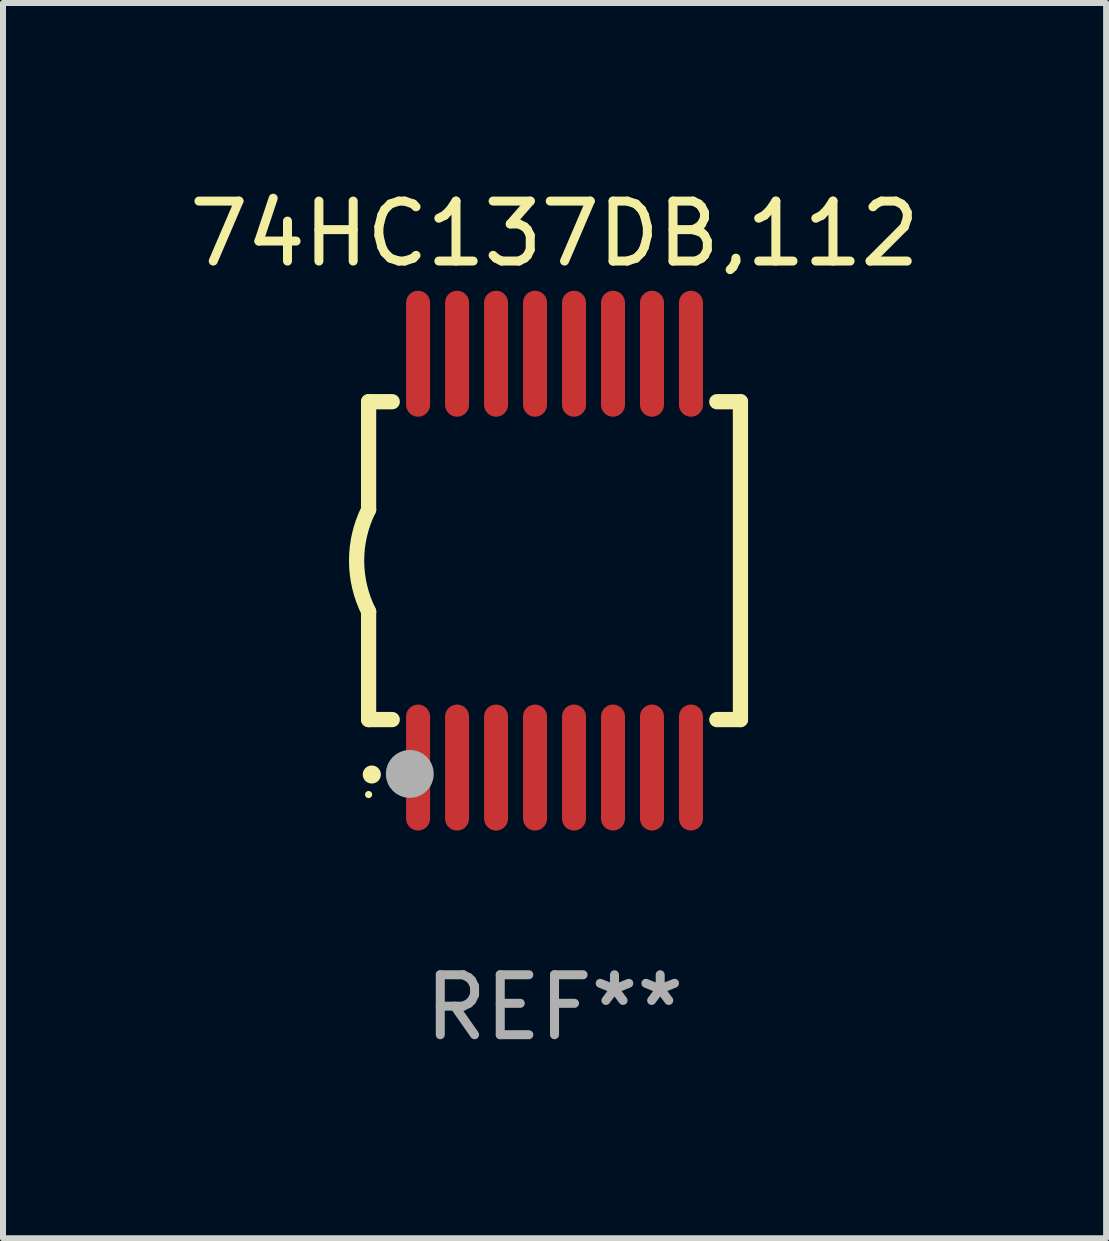
<source format=kicad_pcb>
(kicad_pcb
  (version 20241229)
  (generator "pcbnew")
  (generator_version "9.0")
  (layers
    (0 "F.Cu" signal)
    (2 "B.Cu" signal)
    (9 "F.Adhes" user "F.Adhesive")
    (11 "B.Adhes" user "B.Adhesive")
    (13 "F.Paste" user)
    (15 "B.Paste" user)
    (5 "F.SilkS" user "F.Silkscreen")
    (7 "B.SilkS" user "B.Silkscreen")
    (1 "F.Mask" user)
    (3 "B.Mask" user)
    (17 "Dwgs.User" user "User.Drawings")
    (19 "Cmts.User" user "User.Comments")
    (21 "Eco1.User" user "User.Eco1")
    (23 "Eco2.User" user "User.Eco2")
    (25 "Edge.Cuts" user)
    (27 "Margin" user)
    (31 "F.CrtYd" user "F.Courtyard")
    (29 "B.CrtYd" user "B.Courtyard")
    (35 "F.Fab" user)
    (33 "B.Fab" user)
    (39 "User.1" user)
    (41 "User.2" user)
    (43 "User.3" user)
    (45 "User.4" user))
  (footprint "74HC137DB,112"
    (layer "F.Cu")
    (at 6.196 6.298)
    (property "Reference" "74HC137DB,112" (at 0 -5.45 0) (layer "F.SilkS") (effects (font (size 1 1) (thickness 0.15))))
    (attr through_hole)
    (fp_line (start -3.1 -2.65) (end -3.1 -0.85) (stroke (width 0.254) (type solid)) (layer "F.SilkS"))
    (fp_line (start -3.1 -2.65) (end -2.706 -2.65) (stroke (width 0.254) (type solid)) (layer "F.SilkS"))
    (fp_line (start -3.1 2.65) (end -3.1 0.85) (stroke (width 0.254) (type solid)) (layer "F.SilkS"))
    (fp_line (start -3.1 2.65) (end -2.706 2.65) (stroke (width 0.254) (type solid)) (layer "F.SilkS"))
    (fp_line (start 2.706 -2.65) (end 3.1 -2.65) (stroke (width 0.254) (type solid)) (layer "F.SilkS"))
    (fp_line (start 2.706 2.65) (end 3.1 2.65) (stroke (width 0.254) (type solid)) (layer "F.SilkS"))
    (fp_line (start 3.1 -2.65) (end 3.1 2.65) (stroke (width 0.254) (type solid)) (layer "F.SilkS"))
    (fp_arc (start -3.098907 0.850902) (mid -3.300057 0.000523) (end -3.1 -0.850114) (stroke (width 0.254001) (type solid)) (layer "F.SilkS"))
    (fp_arc (start -3.048006 3.566066) (mid -3.046736 3.566061) (end -3.045466 3.566066) (stroke (width 0.3) (type solid)) (layer "F.SilkS"))
    (fp_circle (center -3.1 3.9) (end -3.07 3.9) (stroke (width 0.06) (type solid)) (fill no) (layer "F.SilkS"))
    (fp_circle (center -2.413 3.556) (end -2.213 3.556) (stroke (width 0.4) (type solid)) (fill no) (layer "F.Fab"))
    (fp_text user "REF**" (at 0 7.45 0) (layer "F.Fab") (effects (font (size 1 1) (thickness 0.15))))
    (pad "1" smd oval (at -2.275 3.45 180) (size 0.4 2.1) (layers "F.Cu" "F.Mask" "F.Paste"))
    (pad "2" smd oval (at -1.625 3.45 180) (size 0.4 2.1) (layers "F.Cu" "F.Mask" "F.Paste"))
    (pad "3" smd oval (at -0.975 3.45 180) (size 0.4 2.1) (layers "F.Cu" "F.Mask" "F.Paste"))
    (pad "4" smd oval (at -0.325 3.45 180) (size 0.4 2.1) (layers "F.Cu" "F.Mask" "F.Paste"))
    (pad "5" smd oval (at 0.325 3.45 180) (size 0.4 2.1) (layers "F.Cu" "F.Mask" "F.Paste"))
    (pad "6" smd oval (at 0.975 3.45 180) (size 0.4 2.1) (layers "F.Cu" "F.Mask" "F.Paste"))
    (pad "7" smd oval (at 1.625 3.45 180) (size 0.4 2.1) (layers "F.Cu" "F.Mask" "F.Paste"))
    (pad "8" smd oval (at 2.275 3.45 180) (size 0.4 2.1) (layers "F.Cu" "F.Mask" "F.Paste"))
    (pad "9" smd oval (at 2.275 -3.45 180) (size 0.4 2.1) (layers "F.Cu" "F.Mask" "F.Paste"))
    (pad "10" smd oval (at 1.625 -3.45 180) (size 0.4 2.1) (layers "F.Cu" "F.Mask" "F.Paste"))
    (pad "11" smd oval (at 0.975 -3.45 180) (size 0.4 2.1) (layers "F.Cu" "F.Mask" "F.Paste"))
    (pad "12" smd oval (at 0.325 -3.45 180) (size 0.4 2.1) (layers "F.Cu" "F.Mask" "F.Paste"))
    (pad "13" smd oval (at -0.325 -3.45 180) (size 0.4 2.1) (layers "F.Cu" "F.Mask" "F.Paste"))
    (pad "14" smd oval (at -0.975 -3.45 180) (size 0.4 2.1) (layers "F.Cu" "F.Mask" "F.Paste"))
    (pad "15" smd oval (at -1.625 -3.45 180) (size 0.4 2.1) (layers "F.Cu" "F.Mask" "F.Paste"))
    (pad "16" smd oval (at -2.275 -3.45 180) (size 0.4 2.1) (layers "F.Cu" "F.Mask" "F.Paste")))
  (gr_rect
    (start -3 -3)
    (end 15.393 17.597)
    (stroke (width 0.1) (type default))
    (fill no)
    (layer "Edge.Cuts")))
</source>
